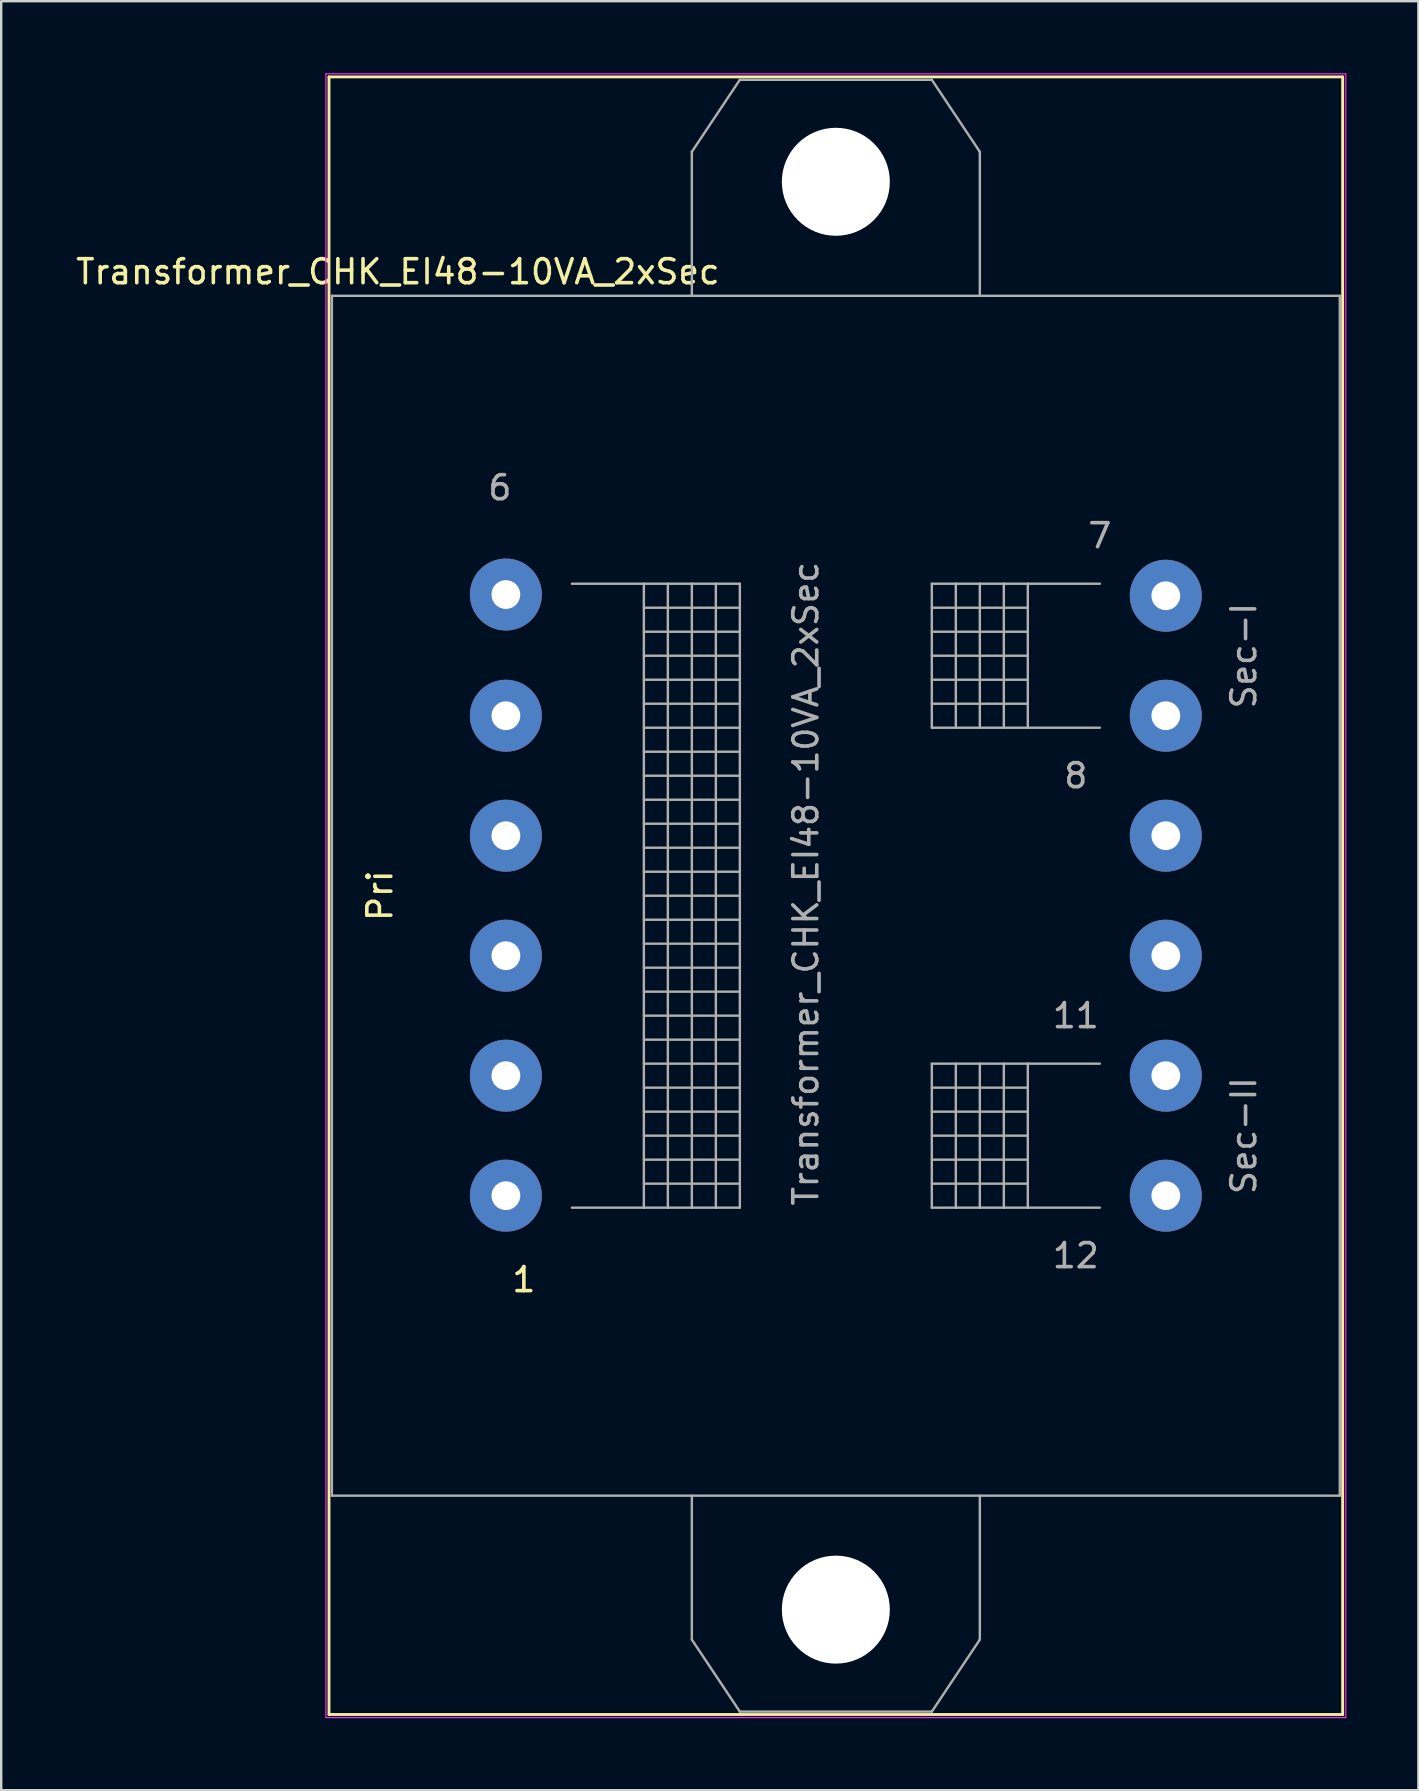
<source format=kicad_pcb>
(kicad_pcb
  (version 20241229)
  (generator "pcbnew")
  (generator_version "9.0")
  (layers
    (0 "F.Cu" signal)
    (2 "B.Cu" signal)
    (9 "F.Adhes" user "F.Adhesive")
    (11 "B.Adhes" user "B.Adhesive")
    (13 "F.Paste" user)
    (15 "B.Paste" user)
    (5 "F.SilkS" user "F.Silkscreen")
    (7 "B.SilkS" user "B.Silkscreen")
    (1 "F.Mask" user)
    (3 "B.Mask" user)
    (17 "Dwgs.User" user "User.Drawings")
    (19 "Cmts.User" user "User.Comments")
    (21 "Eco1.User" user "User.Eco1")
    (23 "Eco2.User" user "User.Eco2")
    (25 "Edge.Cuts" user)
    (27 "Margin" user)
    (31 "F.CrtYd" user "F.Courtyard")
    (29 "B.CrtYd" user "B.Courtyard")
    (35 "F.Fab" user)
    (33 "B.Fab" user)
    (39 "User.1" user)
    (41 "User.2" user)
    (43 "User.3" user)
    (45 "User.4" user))
  (footprint "Transformer_CHK_EI48-10VA_2xSec"
    (layer "F.Cu")
    (at 18.03 46.775)
    (property "Reference" "Transformer_CHK_EI48-10VA_2xSec" (at -4.5 -38.5 0) (layer "F.SilkS") (effects (font (size 1 1) (thickness 0.15))))
    (attr through_hole)
    (fp_line (start -7.37 -46.62) (end -7.37 21.62) (stroke (width 0.12) (type solid)) (layer "F.SilkS"))
    (fp_line (start -7.37 -46.62) (end 34.87 -46.62) (stroke (width 0.12) (type solid)) (layer "F.SilkS"))
    (fp_line (start 34.87 21.62) (end -7.37 21.62) (stroke (width 0.12) (type solid)) (layer "F.SilkS"))
    (fp_line (start 34.87 21.62) (end 34.87 -46.62) (stroke (width 0.12) (type solid)) (layer "F.SilkS"))
    (fp_line (start -7.5 -46.75) (end -7.5 21.75) (stroke (width 0.05) (type solid)) (layer "F.CrtYd"))
    (fp_line (start -7.5 -46.75) (end 35 -46.75) (stroke (width 0.05) (type solid)) (layer "F.CrtYd"))
    (fp_line (start 35 21.75) (end -7.5 21.75) (stroke (width 0.05) (type solid)) (layer "F.CrtYd"))
    (fp_line (start 35 21.75) (end 35 -46.75) (stroke (width 0.05) (type solid)) (layer "F.CrtYd"))
    (fp_line (start -7.25 -37.5) (end -7.25 12.5) (stroke (width 0.1) (type solid)) (layer "F.Fab"))
    (fp_line (start -7.25 12.5) (end 34.75 12.5) (stroke (width 0.1) (type solid)) (layer "F.Fab"))
    (fp_line (start 2.75 -25.5) (end 5.75 -25.5) (stroke (width 0.1) (type solid)) (layer "F.Fab"))
    (fp_line (start 5.75 -25.5) (end 5.75 0.5) (stroke (width 0.1) (type solid)) (layer "F.Fab"))
    (fp_line (start 5.75 -25.5) (end 6.75 -25.5) (stroke (width 0.1) (type solid)) (layer "F.Fab"))
    (fp_line (start 5.75 -24.5) (end 9.75 -24.5) (stroke (width 0.1) (type solid)) (layer "F.Fab"))
    (fp_line (start 5.75 -23.5) (end 9.75 -23.5) (stroke (width 0.1) (type solid)) (layer "F.Fab"))
    (fp_line (start 5.75 -22.5) (end 9.75 -22.5) (stroke (width 0.1) (type solid)) (layer "F.Fab"))
    (fp_line (start 5.75 -21.5) (end 9.75 -21.5) (stroke (width 0.1) (type solid)) (layer "F.Fab"))
    (fp_line (start 5.75 -20.5) (end 9.75 -20.5) (stroke (width 0.1) (type solid)) (layer "F.Fab"))
    (fp_line (start 5.75 -19.5) (end 9.75 -19.5) (stroke (width 0.1) (type solid)) (layer "F.Fab"))
    (fp_line (start 5.75 -18.5) (end 9.75 -18.5) (stroke (width 0.1) (type solid)) (layer "F.Fab"))
    (fp_line (start 5.75 -17.5) (end 9.75 -17.5) (stroke (width 0.1) (type solid)) (layer "F.Fab"))
    (fp_line (start 5.75 -16.5) (end 9.75 -16.5) (stroke (width 0.1) (type solid)) (layer "F.Fab"))
    (fp_line (start 5.75 -15.5) (end 9.75 -15.5) (stroke (width 0.1) (type solid)) (layer "F.Fab"))
    (fp_line (start 5.75 -14.5) (end 9.75 -14.5) (stroke (width 0.1) (type solid)) (layer "F.Fab"))
    (fp_line (start 5.75 -13.5) (end 9.75 -13.5) (stroke (width 0.1) (type solid)) (layer "F.Fab"))
    (fp_line (start 5.75 -12.5) (end 9.75 -12.5) (stroke (width 0.1) (type solid)) (layer "F.Fab"))
    (fp_line (start 5.75 -11.5) (end 9.75 -11.5) (stroke (width 0.1) (type solid)) (layer "F.Fab"))
    (fp_line (start 5.75 -10.5) (end 9.75 -10.5) (stroke (width 0.1) (type solid)) (layer "F.Fab"))
    (fp_line (start 5.75 -9.5) (end 9.75 -9.5) (stroke (width 0.1) (type solid)) (layer "F.Fab"))
    (fp_line (start 5.75 -8.5) (end 9.75 -8.5) (stroke (width 0.1) (type solid)) (layer "F.Fab"))
    (fp_line (start 5.75 -7.5) (end 9.75 -7.5) (stroke (width 0.1) (type solid)) (layer "F.Fab"))
    (fp_line (start 5.75 -6.5) (end 9.75 -6.5) (stroke (width 0.1) (type solid)) (layer "F.Fab"))
    (fp_line (start 5.75 -5.5) (end 9.75 -5.5) (stroke (width 0.1) (type solid)) (layer "F.Fab"))
    (fp_line (start 5.75 -4.5) (end 9.75 -4.5) (stroke (width 0.1) (type solid)) (layer "F.Fab"))
    (fp_line (start 5.75 -3.5) (end 9.75 -3.5) (stroke (width 0.1) (type solid)) (layer "F.Fab"))
    (fp_line (start 5.75 -2.5) (end 9.75 -2.5) (stroke (width 0.1) (type solid)) (layer "F.Fab"))
    (fp_line (start 5.75 -0.5) (end 9.75 -0.5) (stroke (width 0.1) (type solid)) (layer "F.Fab"))
    (fp_line (start 5.75 0.5) (end 2.75 0.5) (stroke (width 0.1) (type solid)) (layer "F.Fab"))
    (fp_line (start 6.75 -25.5) (end 6.75 0.5) (stroke (width 0.1) (type solid)) (layer "F.Fab"))
    (fp_line (start 6.75 -25.5) (end 7.75 -25.5) (stroke (width 0.1) (type solid)) (layer "F.Fab"))
    (fp_line (start 6.75 -1.5) (end 5.75 -1.5) (stroke (width 0.1) (type solid)) (layer "F.Fab"))
    (fp_line (start 6.75 -1.5) (end 9.75 -1.5) (stroke (width 0.1) (type solid)) (layer "F.Fab"))
    (fp_line (start 6.75 0.5) (end 5.75 0.5) (stroke (width 0.1) (type solid)) (layer "F.Fab"))
    (fp_line (start 7.75 -43.5) (end 7.75 -37.5) (stroke (width 0.1) (type solid)) (layer "F.Fab"))
    (fp_line (start 7.75 -25.5) (end 7.75 0.5) (stroke (width 0.1) (type solid)) (layer "F.Fab"))
    (fp_line (start 7.75 -25.5) (end 8.75 -25.5) (stroke (width 0.1) (type solid)) (layer "F.Fab"))
    (fp_line (start 7.75 0.5) (end 6.75 0.5) (stroke (width 0.1) (type solid)) (layer "F.Fab"))
    (fp_line (start 7.75 18.5) (end 7.75 12.5) (stroke (width 0.1) (type solid)) (layer "F.Fab"))
    (fp_line (start 8.75 -25.5) (end 8.75 0.5) (stroke (width 0.1) (type solid)) (layer "F.Fab"))
    (fp_line (start 8.75 -25.5) (end 9.75 -25.5) (stroke (width 0.1) (type solid)) (layer "F.Fab"))
    (fp_line (start 8.75 0.5) (end 7.75 0.5) (stroke (width 0.1) (type solid)) (layer "F.Fab"))
    (fp_line (start 9.75 -46.5) (end 7.75 -43.5) (stroke (width 0.1) (type solid)) (layer "F.Fab"))
    (fp_line (start 9.75 -25.5) (end 9.75 0.5) (stroke (width 0.1) (type solid)) (layer "F.Fab"))
    (fp_line (start 9.75 0.5) (end 8.75 0.5) (stroke (width 0.1) (type solid)) (layer "F.Fab"))
    (fp_line (start 9.75 21.5) (end 7.75 18.5) (stroke (width 0.1) (type solid)) (layer "F.Fab"))
    (fp_line (start 17.75 -46.5) (end 9.75 -46.5) (stroke (width 0.1) (type solid)) (layer "F.Fab"))
    (fp_line (start 17.75 -25.5) (end 17.75 -19.5) (stroke (width 0.1) (type solid)) (layer "F.Fab"))
    (fp_line (start 17.75 -24.5) (end 21.75 -24.5) (stroke (width 0.1) (type solid)) (layer "F.Fab"))
    (fp_line (start 17.75 -23.5) (end 21.75 -23.5) (stroke (width 0.1) (type solid)) (layer "F.Fab"))
    (fp_line (start 17.75 -22.5) (end 21.75 -22.5) (stroke (width 0.1) (type solid)) (layer "F.Fab"))
    (fp_line (start 17.75 -21.5) (end 21.75 -21.5) (stroke (width 0.1) (type solid)) (layer "F.Fab"))
    (fp_line (start 17.75 -20.5) (end 21.75 -20.5) (stroke (width 0.1) (type solid)) (layer "F.Fab"))
    (fp_line (start 17.75 -19.5) (end 18.75 -19.5) (stroke (width 0.1) (type solid)) (layer "F.Fab"))
    (fp_line (start 17.75 -5.5) (end 17.75 0.5) (stroke (width 0.1) (type solid)) (layer "F.Fab"))
    (fp_line (start 17.75 -4.5) (end 21.75 -4.5) (stroke (width 0.1) (type solid)) (layer "F.Fab"))
    (fp_line (start 17.75 -3.5) (end 21.75 -3.5) (stroke (width 0.1) (type solid)) (layer "F.Fab"))
    (fp_line (start 17.75 -2.5) (end 21.75 -2.5) (stroke (width 0.1) (type solid)) (layer "F.Fab"))
    (fp_line (start 17.75 -1.5) (end 21.75 -1.5) (stroke (width 0.1) (type solid)) (layer "F.Fab"))
    (fp_line (start 17.75 -0.5) (end 21.75 -0.5) (stroke (width 0.1) (type solid)) (layer "F.Fab"))
    (fp_line (start 17.75 0.5) (end 18.75 0.5) (stroke (width 0.1) (type solid)) (layer "F.Fab"))
    (fp_line (start 17.75 21.5) (end 9.75 21.5) (stroke (width 0.1) (type solid)) (layer "F.Fab"))
    (fp_line (start 18.75 -25.5) (end 17.75 -25.5) (stroke (width 0.1) (type solid)) (layer "F.Fab"))
    (fp_line (start 18.75 -25.5) (end 18.75 -19.5) (stroke (width 0.1) (type solid)) (layer "F.Fab"))
    (fp_line (start 18.75 -19.5) (end 19.75 -19.5) (stroke (width 0.1) (type solid)) (layer "F.Fab"))
    (fp_line (start 18.75 -5.5) (end 17.75 -5.5) (stroke (width 0.1) (type solid)) (layer "F.Fab"))
    (fp_line (start 18.75 -5.5) (end 18.75 0.5) (stroke (width 0.1) (type solid)) (layer "F.Fab"))
    (fp_line (start 18.75 0.5) (end 19.75 0.5) (stroke (width 0.1) (type solid)) (layer "F.Fab"))
    (fp_line (start 19.75 -43.5) (end 17.75 -46.5) (stroke (width 0.1) (type solid)) (layer "F.Fab"))
    (fp_line (start 19.75 -37.5) (end 19.75 -43.5) (stroke (width 0.1) (type solid)) (layer "F.Fab"))
    (fp_line (start 19.75 -25.5) (end 18.75 -25.5) (stroke (width 0.1) (type solid)) (layer "F.Fab"))
    (fp_line (start 19.75 -25.5) (end 19.75 -19.5) (stroke (width 0.1) (type solid)) (layer "F.Fab"))
    (fp_line (start 19.75 -19.5) (end 20.75 -19.5) (stroke (width 0.1) (type solid)) (layer "F.Fab"))
    (fp_line (start 19.75 -5.5) (end 18.75 -5.5) (stroke (width 0.1) (type solid)) (layer "F.Fab"))
    (fp_line (start 19.75 -5.5) (end 19.75 0.5) (stroke (width 0.1) (type solid)) (layer "F.Fab"))
    (fp_line (start 19.75 0.5) (end 20.75 0.5) (stroke (width 0.1) (type solid)) (layer "F.Fab"))
    (fp_line (start 19.75 12.5) (end 19.75 18.5) (stroke (width 0.1) (type solid)) (layer "F.Fab"))
    (fp_line (start 19.75 18.5) (end 17.75 21.5) (stroke (width 0.1) (type solid)) (layer "F.Fab"))
    (fp_line (start 20.75 -25.5) (end 19.75 -25.5) (stroke (width 0.1) (type solid)) (layer "F.Fab"))
    (fp_line (start 20.75 -25.5) (end 20.75 -19.5) (stroke (width 0.1) (type solid)) (layer "F.Fab"))
    (fp_line (start 20.75 -19.5) (end 21.75 -19.5) (stroke (width 0.1) (type solid)) (layer "F.Fab"))
    (fp_line (start 20.75 -5.5) (end 19.75 -5.5) (stroke (width 0.1) (type solid)) (layer "F.Fab"))
    (fp_line (start 20.75 -5.5) (end 20.75 0.5) (stroke (width 0.1) (type solid)) (layer "F.Fab"))
    (fp_line (start 20.75 0.5) (end 21.75 0.5) (stroke (width 0.1) (type solid)) (layer "F.Fab"))
    (fp_line (start 21.75 -25.5) (end 20.75 -25.5) (stroke (width 0.1) (type solid)) (layer "F.Fab"))
    (fp_line (start 21.75 -25.5) (end 21.75 -19.5) (stroke (width 0.1) (type solid)) (layer "F.Fab"))
    (fp_line (start 21.75 -19.5) (end 24.75 -19.5) (stroke (width 0.1) (type solid)) (layer "F.Fab"))
    (fp_line (start 21.75 -5.5) (end 20.75 -5.5) (stroke (width 0.1) (type solid)) (layer "F.Fab"))
    (fp_line (start 21.75 -5.5) (end 21.75 0.5) (stroke (width 0.1) (type solid)) (layer "F.Fab"))
    (fp_line (start 21.75 0.5) (end 24.75 0.5) (stroke (width 0.1) (type solid)) (layer "F.Fab"))
    (fp_line (start 24.75 -25.5) (end 21.75 -25.5) (stroke (width 0.1) (type solid)) (layer "F.Fab"))
    (fp_line (start 24.75 -5.5) (end 21.75 -5.5) (stroke (width 0.1) (type solid)) (layer "F.Fab"))
    (fp_line (start 34.75 -37.5) (end -7.25 -37.5) (stroke (width 0.1) (type solid)) (layer "F.Fab"))
    (fp_line (start 34.75 12.5) (end 34.75 -37.5) (stroke (width 0.1) (type solid)) (layer "F.Fab"))
    (fp_text user "1" (at 0.75 3.5 0) (layer "F.SilkS") (effects (font (size 1 1) (thickness 0.15))))
    (fp_text user "Pri" (at -5.25 -12.5 90) (layer "F.SilkS") (effects (font (size 1 1) (thickness 0.15))))
    (fp_text user "12" (at 23.75 2.5 0) (layer "F.Fab") (effects (font (size 1 1) (thickness 0.15))))
    (fp_text user "${REFERENCE}" (at 12.5 -13 90) (layer "F.Fab") (effects (font (size 1 1) (thickness 0.15))))
    (fp_text user "Sec-II" (at 30.75 -2.5 90) (layer "F.Fab") (effects (font (size 1 1) (thickness 0.15))))
    (fp_text user "6" (at -0.25 -29.5 0) (layer "F.Fab") (effects (font (size 1 1) (thickness 0.15))))
    (fp_text user "11" (at 23.75 -7.5 0) (layer "F.Fab") (effects (font (size 1 1) (thickness 0.15))))
    (fp_text user "8" (at 23.75 -17.5 0) (layer "F.Fab") (effects (font (size 1 1) (thickness 0.15))))
    (fp_text user "7" (at 24.75 -27.5 0) (layer "F.Fab") (effects (font (size 1 1) (thickness 0.15))))
    (fp_text user "Sec-I" (at 30.75 -22.5 90) (layer "F.Fab") (effects (font (size 1 1) (thickness 0.15))))
    (pad "" np_thru_hole circle (at 13.75 -42.25) (size 4.5 4.5) (drill 4.5) (layers "*.Cu" "*.Mask"))
    (pad "" np_thru_hole circle (at 13.75 17.25) (size 4.5 4.5) (drill 4.5) (layers "*.Cu" "*.Mask"))
    (pad "1" thru_hole circle (at 0 0) (size 3 3) (drill 1.2) (layers "*.Cu" "*.Mask"))
    (pad "2" thru_hole circle (at 0 -5) (size 3 3) (drill 1.2) (layers "*.Cu" "*.Mask"))
    (pad "3" thru_hole circle (at 0 -10) (size 3 3) (drill 1.2) (layers "*.Cu" "*.Mask"))
    (pad "4" thru_hole circle (at 0 -15) (size 3 3) (drill 1.2) (layers "*.Cu" "*.Mask"))
    (pad "5" thru_hole circle (at 0 -20) (size 3 3) (drill 1.2) (layers "*.Cu" "*.Mask"))
    (pad "6" thru_hole circle (at 0 -25.05) (size 3 3) (drill 1.2) (layers "*.Cu" "*.Mask"))
    (pad "7" thru_hole circle (at 27.5 -25) (size 3 3) (drill 1.2) (layers "*.Cu" "*.Mask"))
    (pad "8" thru_hole circle (at 27.5 -20) (size 3 3) (drill 1.2) (layers "*.Cu" "*.Mask"))
    (pad "9" thru_hole circle (at 27.5 -15) (size 3 3) (drill 1.2) (layers "*.Cu" "*.Mask"))
    (pad "10" thru_hole circle (at 27.5 -10) (size 3 3) (drill 1.2) (layers "*.Cu" "*.Mask"))
    (pad "11" thru_hole circle (at 27.5 -5) (size 3 3) (drill 1.2) (layers "*.Cu" "*.Mask"))
    (pad "12" thru_hole circle (at 27.5 0) (size 3 3) (drill 1.2) (layers "*.Cu" "*.Mask")))
  (gr_rect
    (start -3 -3)
    (end 56.055 71.55)
    (stroke (width 0.1) (type default))
    (fill no)
    (layer "Edge.Cuts")))
</source>
